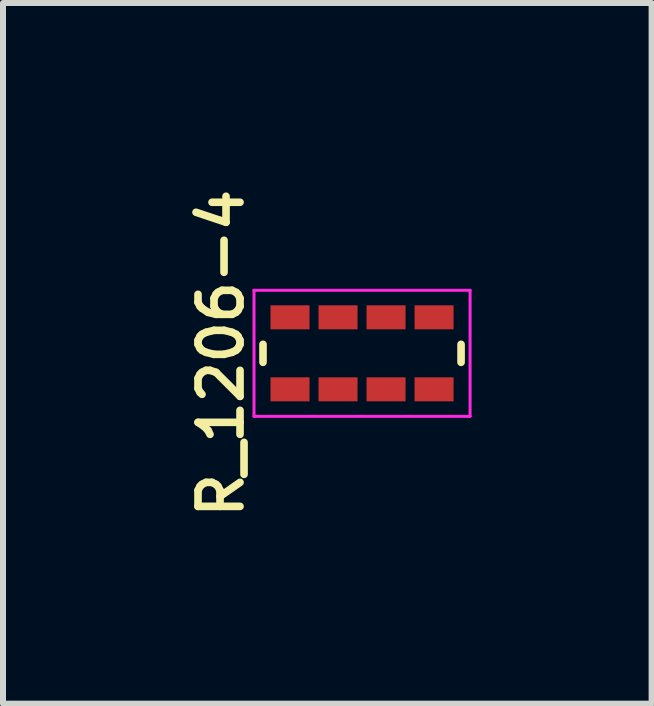
<source format=kicad_pcb>
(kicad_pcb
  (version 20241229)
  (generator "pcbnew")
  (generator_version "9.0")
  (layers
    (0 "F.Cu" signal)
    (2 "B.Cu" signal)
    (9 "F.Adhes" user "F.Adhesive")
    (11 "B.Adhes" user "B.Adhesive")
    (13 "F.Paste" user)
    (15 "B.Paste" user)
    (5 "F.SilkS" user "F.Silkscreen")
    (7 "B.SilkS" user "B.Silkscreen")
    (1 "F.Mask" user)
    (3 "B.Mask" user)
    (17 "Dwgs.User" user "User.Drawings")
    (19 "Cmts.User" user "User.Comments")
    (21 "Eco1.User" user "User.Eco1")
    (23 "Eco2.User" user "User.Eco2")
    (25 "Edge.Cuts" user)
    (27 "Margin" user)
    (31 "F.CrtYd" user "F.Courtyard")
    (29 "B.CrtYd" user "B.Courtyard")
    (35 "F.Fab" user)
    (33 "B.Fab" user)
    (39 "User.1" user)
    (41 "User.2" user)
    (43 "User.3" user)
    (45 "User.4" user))
  (footprint "R_1206-4"
    (layer "F.Cu")
    (at 2.982 2.837)
    (property "Reference" "R_1206-4" (at -2.35 0 90) (layer "F.SilkS") (effects (font (size 0.7 0.7) (thickness 0.127))))
    (attr smd)
    (fp_line (start -1.65 -0.15) (end -1.65 0.15) (stroke (width 0.127) (type solid)) (layer "F.SilkS"))
    (fp_line (start 1.65 -0.15) (end 1.65 0.15) (stroke (width 0.127) (type solid)) (layer "F.SilkS"))
    (fp_line (start -1.8 -1.05) (end 1.8 -1.05) (stroke (width 0.05) (type solid)) (layer "F.CrtYd"))
    (fp_line (start -1.8 1.05) (end -1.8 -1.05) (stroke (width 0.05) (type solid)) (layer "F.CrtYd"))
    (fp_line (start 1.8 -1.05) (end 1.8 1.05) (stroke (width 0.05) (type solid)) (layer "F.CrtYd"))
    (fp_line (start 1.8 1.05) (end -1.8 1.05) (stroke (width 0.05) (type solid)) (layer "F.CrtYd"))
    (pad "1" smd rect (at -1.2 0.6) (size 0.65 0.4) (layers "F.Cu" "F.Mask" "F.Paste"))
    (pad "2" smd rect (at -0.4 0.6) (size 0.65 0.4) (layers "F.Cu" "F.Mask" "F.Paste"))
    (pad "3" smd rect (at 0.4 0.6) (size 0.65 0.4) (layers "F.Cu" "F.Mask" "F.Paste"))
    (pad "4" smd rect (at 1.2 0.6) (size 0.65 0.4) (layers "F.Cu" "F.Mask" "F.Paste"))
    (pad "5" smd rect (at 1.2 -0.6) (size 0.65 0.4) (layers "F.Cu" "F.Mask" "F.Paste"))
    (pad "6" smd rect (at 0.4 -0.6) (size 0.65 0.4) (layers "F.Cu" "F.Mask" "F.Paste"))
    (pad "7" smd rect (at -0.4 -0.6) (size 0.65 0.4) (layers "F.Cu" "F.Mask" "F.Paste"))
    (pad "8" smd rect (at -1.2 -0.6) (size 0.65 0.4) (layers "F.Cu" "F.Mask" "F.Paste")))
  (gr_rect
    (start -3 -3)
    (end 7.807 8.674)
    (stroke (width 0.1) (type default))
    (fill no)
    (layer "Edge.Cuts")))
</source>
